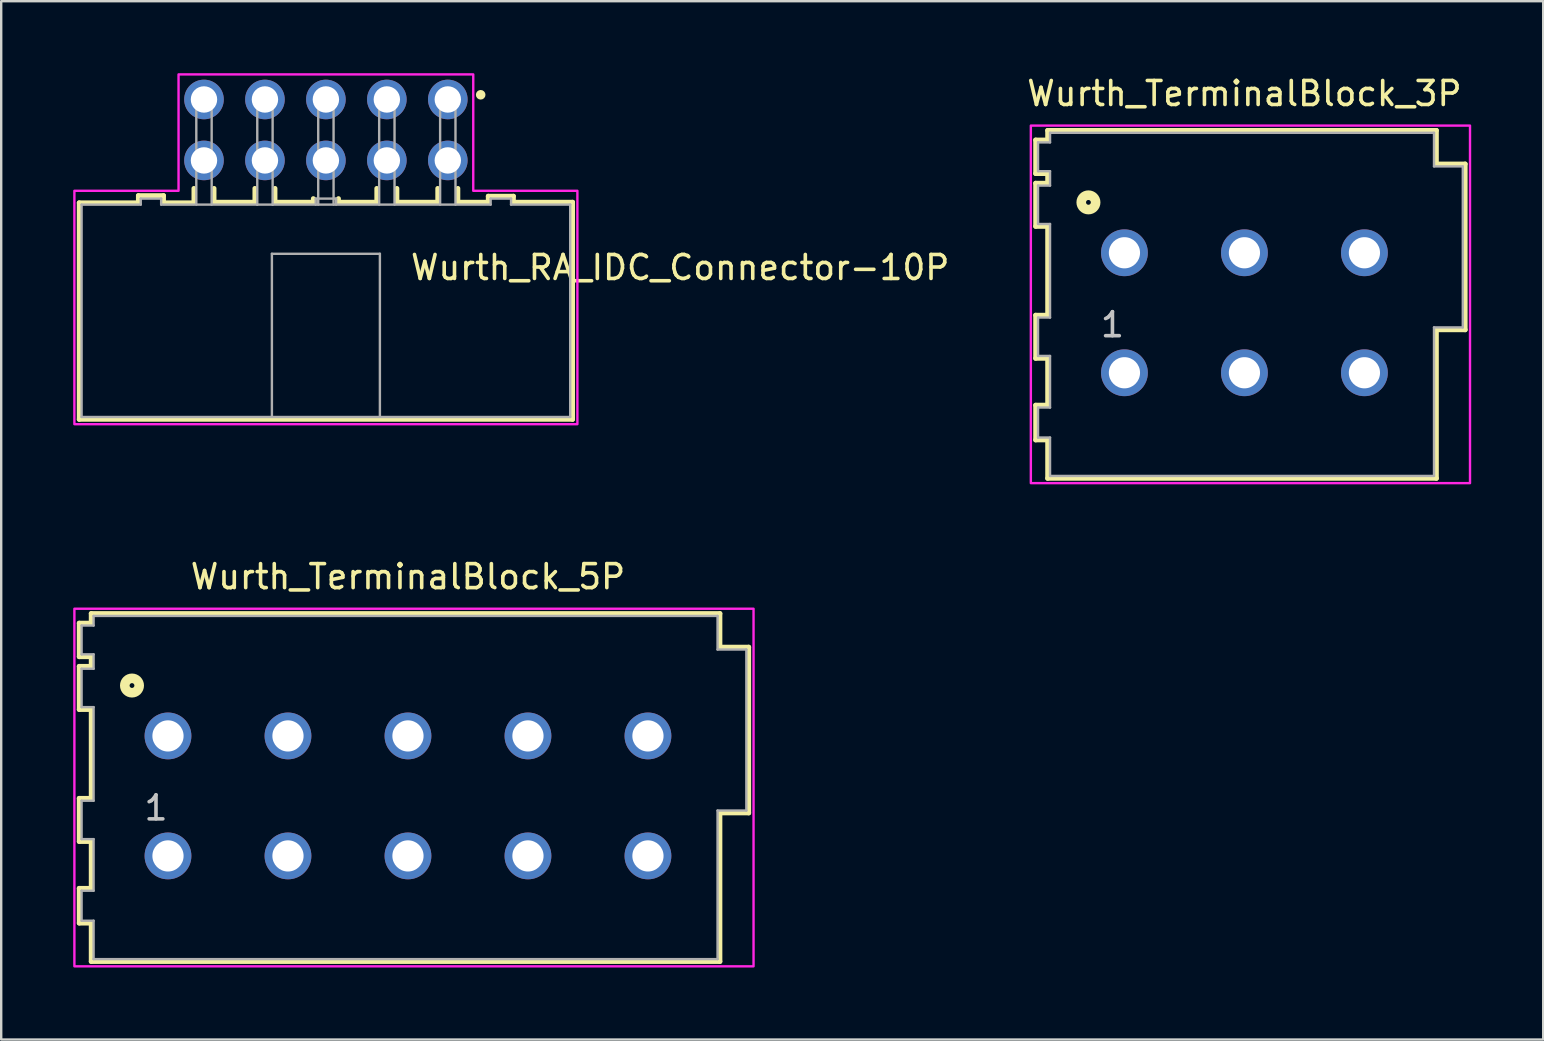
<source format=kicad_pcb>
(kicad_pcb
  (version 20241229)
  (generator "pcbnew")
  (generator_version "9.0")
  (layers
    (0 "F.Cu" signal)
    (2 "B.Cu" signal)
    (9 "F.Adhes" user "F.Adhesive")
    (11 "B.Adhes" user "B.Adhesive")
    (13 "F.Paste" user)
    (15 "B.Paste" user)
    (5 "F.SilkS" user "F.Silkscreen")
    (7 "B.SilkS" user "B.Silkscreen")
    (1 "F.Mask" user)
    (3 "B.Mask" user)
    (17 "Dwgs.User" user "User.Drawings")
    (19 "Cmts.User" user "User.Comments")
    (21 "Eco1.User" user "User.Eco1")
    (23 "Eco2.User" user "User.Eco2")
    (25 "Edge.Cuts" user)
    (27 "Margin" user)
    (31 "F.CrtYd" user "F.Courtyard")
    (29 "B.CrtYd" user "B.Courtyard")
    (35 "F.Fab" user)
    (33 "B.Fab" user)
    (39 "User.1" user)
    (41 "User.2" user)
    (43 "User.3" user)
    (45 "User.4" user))
  (footprint "Wurth_TerminalBlock_5P"
    (layer "F.Cu")
    (at 13.95 30.116)
    (property "Reference" "Wurth_TerminalBlock_5P" (at 0 -9.135 0) (layer "F.SilkS") (effects (font (size 1 1) (thickness 0.15))))
    (attr through_hole)
    (fp_line (start -13.7 -7.2) (end -13.2 -7.2) (stroke (width 0.2) (type solid)) (layer "F.SilkS"))
    (fp_line (start -13.7 -5.8) (end -13.7 -7.2) (stroke (width 0.2) (type solid)) (layer "F.SilkS"))
    (fp_line (start -13.7 -5.4) (end -13.2 -5.4) (stroke (width 0.2) (type solid)) (layer "F.SilkS"))
    (fp_line (start -13.7 -3.6) (end -13.7 -5.4) (stroke (width 0.2) (type solid)) (layer "F.SilkS"))
    (fp_line (start -13.7 0.1) (end -13.2 0.1) (stroke (width 0.2) (type solid)) (layer "F.SilkS"))
    (fp_line (start -13.7 1.9) (end -13.7 0.1) (stroke (width 0.2) (type solid)) (layer "F.SilkS"))
    (fp_line (start -13.7 3.85) (end -13.2 3.85) (stroke (width 0.2) (type solid)) (layer "F.SilkS"))
    (fp_line (start -13.7 5.3) (end -13.7 3.85) (stroke (width 0.2) (type solid)) (layer "F.SilkS"))
    (fp_line (start -13.2 -7.6) (end 13 -7.6) (stroke (width 0.2) (type solid)) (layer "F.SilkS"))
    (fp_line (start -13.2 -7.2) (end -13.2 -7.6) (stroke (width 0.2) (type solid)) (layer "F.SilkS"))
    (fp_line (start -13.2 -5.8) (end -13.7 -5.8) (stroke (width 0.2) (type solid)) (layer "F.SilkS"))
    (fp_line (start -13.2 -5.4) (end -13.2 -5.8) (stroke (width 0.2) (type solid)) (layer "F.SilkS"))
    (fp_line (start -13.2 -3.6) (end -13.7 -3.6) (stroke (width 0.2) (type solid)) (layer "F.SilkS"))
    (fp_line (start -13.2 0.1) (end -13.2 -3.6) (stroke (width 0.2) (type solid)) (layer "F.SilkS"))
    (fp_line (start -13.2 1.9) (end -13.7 1.9) (stroke (width 0.2) (type solid)) (layer "F.SilkS"))
    (fp_line (start -13.2 3.85) (end -13.2 1.9) (stroke (width 0.2) (type solid)) (layer "F.SilkS"))
    (fp_line (start -13.2 5.3) (end -13.7 5.3) (stroke (width 0.2) (type solid)) (layer "F.SilkS"))
    (fp_line (start -13.2 6.9) (end -13.2 5.3) (stroke (width 0.2) (type solid)) (layer "F.SilkS"))
    (fp_line (start 13 -7.6) (end 13 -6.2) (stroke (width 0.2) (type solid)) (layer "F.SilkS"))
    (fp_line (start 13 -6.2) (end 14.2 -6.2) (stroke (width 0.2) (type solid)) (layer "F.SilkS"))
    (fp_line (start 13 0.71) (end 13 6.9) (stroke (width 0.2) (type solid)) (layer "F.SilkS"))
    (fp_line (start 13 6.9) (end -13.2 6.9) (stroke (width 0.2) (type solid)) (layer "F.SilkS"))
    (fp_line (start 14.2 -6.2) (end 14.2 0.71) (stroke (width 0.2) (type solid)) (layer "F.SilkS"))
    (fp_line (start 14.2 0.71) (end 13 0.71) (stroke (width 0.2) (type solid)) (layer "F.SilkS"))
    (fp_circle (center -11.5 -4.6) (end -11.4 -4.6) (stroke (width 0.4) (type solid)) (fill no) (layer "F.SilkS"))
    (fp_poly (pts (xy -13.9 -7.8) (xy 14.4 -7.8) (xy 14.4 7.1) (xy -13.9 7.1)) (stroke (width 0.1) (type solid)) (fill no) (layer "F.CrtYd"))
    (fp_line (start -13.6 -7.1) (end -13.6 -5.9) (stroke (width 0.1) (type solid)) (layer "F.Fab"))
    (fp_line (start -13.6 -5.9) (end -13.1 -5.9) (stroke (width 0.1) (type solid)) (layer "F.Fab"))
    (fp_line (start -13.6 -5.3) (end -13.6 -3.7) (stroke (width 0.1) (type solid)) (layer "F.Fab"))
    (fp_line (start -13.6 -5.3) (end -13.1 -5.3) (stroke (width 0.1) (type solid)) (layer "F.Fab"))
    (fp_line (start -13.6 -3.7) (end -13.1 -3.7) (stroke (width 0.1) (type solid)) (layer "F.Fab"))
    (fp_line (start -13.6 0.2) (end -13.6 1.8) (stroke (width 0.1) (type solid)) (layer "F.Fab"))
    (fp_line (start -13.6 0.2) (end -13.1 0.2) (stroke (width 0.1) (type solid)) (layer "F.Fab"))
    (fp_line (start -13.6 1.8) (end -13.1 1.8) (stroke (width 0.1) (type solid)) (layer "F.Fab"))
    (fp_line (start -13.6 3.95) (end -13.6 5.2) (stroke (width 0.1) (type solid)) (layer "F.Fab"))
    (fp_line (start -13.6 3.95) (end -13.1 3.95) (stroke (width 0.1) (type solid)) (layer "F.Fab"))
    (fp_line (start -13.6 5.2) (end -13.1 5.2) (stroke (width 0.1) (type solid)) (layer "F.Fab"))
    (fp_line (start -13.1 -7.5) (end 12.9 -7.5) (stroke (width 0.1) (type solid)) (layer "F.Fab"))
    (fp_line (start -13.1 -7.1) (end -13.6 -7.1) (stroke (width 0.1) (type solid)) (layer "F.Fab"))
    (fp_line (start -13.1 -7.1) (end -13.1 -7.5) (stroke (width 0.1) (type solid)) (layer "F.Fab"))
    (fp_line (start -13.1 -5.3) (end -13.1 -5.9) (stroke (width 0.1) (type solid)) (layer "F.Fab"))
    (fp_line (start -13.1 0.2) (end -13.1 -3.7) (stroke (width 0.1) (type solid)) (layer "F.Fab"))
    (fp_line (start -13.1 3.95) (end -13.1 1.8) (stroke (width 0.1) (type solid)) (layer "F.Fab"))
    (fp_line (start -13.1 6.8) (end -13.1 5.2) (stroke (width 0.1) (type solid)) (layer "F.Fab"))
    (fp_line (start 12.9 -7.5) (end 12.9 -6.1) (stroke (width 0.1) (type solid)) (layer "F.Fab"))
    (fp_line (start 12.9 -6.1) (end 14.1 -6.1) (stroke (width 0.1) (type solid)) (layer "F.Fab"))
    (fp_line (start 12.9 0.61) (end 12.9 6.8) (stroke (width 0.1) (type solid)) (layer "F.Fab"))
    (fp_line (start 12.9 6.8) (end -13.1 6.8) (stroke (width 0.1) (type solid)) (layer "F.Fab"))
    (fp_line (start 14.1 -6.1) (end 14.1 0.61) (stroke (width 0.1) (type solid)) (layer "F.Fab"))
    (fp_line (start 14.1 0.61) (end 12.9 0.61) (stroke (width 0.1) (type solid)) (layer "F.Fab"))
    (fp_text user "1" (at -10.5 0.5 0) (layer "Dwgs.User") (effects (font (size 1 1) (thickness 0.15))))
    (pad "1" thru_hole circle (at -10 -2.5) (size 1.95 1.95) (drill 1.3) (layers "*.Cu" "*.Mask"))
    (pad "1" thru_hole circle (at -10 2.5) (size 1.95 1.95) (drill 1.3) (layers "*.Cu" "*.Mask"))
    (pad "2" thru_hole circle (at -5 -2.5) (size 1.95 1.95) (drill 1.3) (layers "*.Cu" "*.Mask"))
    (pad "2" thru_hole circle (at -5 2.5) (size 1.95 1.95) (drill 1.3) (layers "*.Cu" "*.Mask"))
    (pad "3" thru_hole circle (at 0 -2.5) (size 1.95 1.95) (drill 1.3) (layers "*.Cu" "*.Mask"))
    (pad "3" thru_hole circle (at 0 2.5) (size 1.95 1.95) (drill 1.3) (layers "*.Cu" "*.Mask"))
    (pad "4" thru_hole circle (at 5 -2.5) (size 1.95 1.95) (drill 1.3) (layers "*.Cu" "*.Mask"))
    (pad "4" thru_hole circle (at 5 2.5) (size 1.95 1.95) (drill 1.3) (layers "*.Cu" "*.Mask"))
    (pad "5" thru_hole circle (at 10 -2.5) (size 1.95 1.95) (drill 1.3) (layers "*.Cu" "*.Mask"))
    (pad "5" thru_hole circle (at 10 2.5) (size 1.95 1.95) (drill 1.3) (layers "*.Cu" "*.Mask")))
  (footprint "Wurth_TerminalBlock_3P"
    (layer "F.Cu")
    (at 48.805 9.983)
    (property "Reference" "Wurth_TerminalBlock_3P" (at 0 -9.135 0) (layer "F.SilkS") (effects (font (size 1 1) (thickness 0.15))))
    (attr through_hole)
    (fp_line (start -8.7 -7.2) (end -8.2 -7.2) (stroke (width 0.2) (type solid)) (layer "F.SilkS"))
    (fp_line (start -8.7 -5.8) (end -8.7 -7.2) (stroke (width 0.2) (type solid)) (layer "F.SilkS"))
    (fp_line (start -8.7 -5.4) (end -8.2 -5.4) (stroke (width 0.2) (type solid)) (layer "F.SilkS"))
    (fp_line (start -8.7 -3.6) (end -8.7 -5.4) (stroke (width 0.2) (type solid)) (layer "F.SilkS"))
    (fp_line (start -8.7 0.1) (end -8.2 0.1) (stroke (width 0.2) (type solid)) (layer "F.SilkS"))
    (fp_line (start -8.7 1.9) (end -8.7 0.1) (stroke (width 0.2) (type solid)) (layer "F.SilkS"))
    (fp_line (start -8.7 3.85) (end -8.2 3.85) (stroke (width 0.2) (type solid)) (layer "F.SilkS"))
    (fp_line (start -8.7 5.3) (end -8.7 3.85) (stroke (width 0.2) (type solid)) (layer "F.SilkS"))
    (fp_line (start -8.2 -7.6) (end 8 -7.6) (stroke (width 0.2) (type solid)) (layer "F.SilkS"))
    (fp_line (start -8.2 -7.2) (end -8.2 -7.6) (stroke (width 0.2) (type solid)) (layer "F.SilkS"))
    (fp_line (start -8.2 -5.8) (end -8.7 -5.8) (stroke (width 0.2) (type solid)) (layer "F.SilkS"))
    (fp_line (start -8.2 -5.4) (end -8.2 -5.8) (stroke (width 0.2) (type solid)) (layer "F.SilkS"))
    (fp_line (start -8.2 -3.6) (end -8.7 -3.6) (stroke (width 0.2) (type solid)) (layer "F.SilkS"))
    (fp_line (start -8.2 0.1) (end -8.2 -3.6) (stroke (width 0.2) (type solid)) (layer "F.SilkS"))
    (fp_line (start -8.2 1.9) (end -8.7 1.9) (stroke (width 0.2) (type solid)) (layer "F.SilkS"))
    (fp_line (start -8.2 3.85) (end -8.2 1.9) (stroke (width 0.2) (type solid)) (layer "F.SilkS"))
    (fp_line (start -8.2 5.3) (end -8.7 5.3) (stroke (width 0.2) (type solid)) (layer "F.SilkS"))
    (fp_line (start -8.2 6.9) (end -8.2 5.3) (stroke (width 0.2) (type solid)) (layer "F.SilkS"))
    (fp_line (start 8 -7.6) (end 8 -6.2) (stroke (width 0.2) (type solid)) (layer "F.SilkS"))
    (fp_line (start 8 -6.2) (end 9.2 -6.2) (stroke (width 0.2) (type solid)) (layer "F.SilkS"))
    (fp_line (start 8 0.71) (end 8 6.9) (stroke (width 0.2) (type solid)) (layer "F.SilkS"))
    (fp_line (start 8 6.9) (end -8.2 6.9) (stroke (width 0.2) (type solid)) (layer "F.SilkS"))
    (fp_line (start 9.2 -6.2) (end 9.2 0.71) (stroke (width 0.2) (type solid)) (layer "F.SilkS"))
    (fp_line (start 9.2 0.71) (end 8 0.71) (stroke (width 0.2) (type solid)) (layer "F.SilkS"))
    (fp_circle (center -6.5 -4.6) (end -6.4 -4.6) (stroke (width 0.4) (type solid)) (fill no) (layer "F.SilkS"))
    (fp_poly (pts (xy -8.9 -7.8) (xy 9.4 -7.8) (xy 9.4 7.1) (xy -8.9 7.1)) (stroke (width 0.1) (type solid)) (fill no) (layer "F.CrtYd"))
    (fp_line (start -8.6 -7.1) (end -8.6 -5.9) (stroke (width 0.1) (type solid)) (layer "F.Fab"))
    (fp_line (start -8.6 -5.9) (end -8.1 -5.9) (stroke (width 0.1) (type solid)) (layer "F.Fab"))
    (fp_line (start -8.6 -5.3) (end -8.6 -3.7) (stroke (width 0.1) (type solid)) (layer "F.Fab"))
    (fp_line (start -8.6 -5.3) (end -8.1 -5.3) (stroke (width 0.1) (type solid)) (layer "F.Fab"))
    (fp_line (start -8.6 -3.7) (end -8.1 -3.7) (stroke (width 0.1) (type solid)) (layer "F.Fab"))
    (fp_line (start -8.6 0.2) (end -8.6 1.8) (stroke (width 0.1) (type solid)) (layer "F.Fab"))
    (fp_line (start -8.6 0.2) (end -8.1 0.2) (stroke (width 0.1) (type solid)) (layer "F.Fab"))
    (fp_line (start -8.6 1.8) (end -8.1 1.8) (stroke (width 0.1) (type solid)) (layer "F.Fab"))
    (fp_line (start -8.6 3.95) (end -8.6 5.2) (stroke (width 0.1) (type solid)) (layer "F.Fab"))
    (fp_line (start -8.6 3.95) (end -8.1 3.95) (stroke (width 0.1) (type solid)) (layer "F.Fab"))
    (fp_line (start -8.6 5.2) (end -8.1 5.2) (stroke (width 0.1) (type solid)) (layer "F.Fab"))
    (fp_line (start -8.1 -7.5) (end 7.9 -7.5) (stroke (width 0.1) (type solid)) (layer "F.Fab"))
    (fp_line (start -8.1 -7.1) (end -8.6 -7.1) (stroke (width 0.1) (type solid)) (layer "F.Fab"))
    (fp_line (start -8.1 -7.1) (end -8.1 -7.5) (stroke (width 0.1) (type solid)) (layer "F.Fab"))
    (fp_line (start -8.1 -5.3) (end -8.1 -5.9) (stroke (width 0.1) (type solid)) (layer "F.Fab"))
    (fp_line (start -8.1 0.2) (end -8.1 -3.7) (stroke (width 0.1) (type solid)) (layer "F.Fab"))
    (fp_line (start -8.1 3.95) (end -8.1 1.8) (stroke (width 0.1) (type solid)) (layer "F.Fab"))
    (fp_line (start -8.1 6.8) (end -8.1 5.2) (stroke (width 0.1) (type solid)) (layer "F.Fab"))
    (fp_line (start 7.9 -7.5) (end 7.9 -6.1) (stroke (width 0.1) (type solid)) (layer "F.Fab"))
    (fp_line (start 7.9 -6.1) (end 9.1 -6.1) (stroke (width 0.1) (type solid)) (layer "F.Fab"))
    (fp_line (start 7.9 0.61) (end 7.9 6.8) (stroke (width 0.1) (type solid)) (layer "F.Fab"))
    (fp_line (start 7.9 6.8) (end -8.1 6.8) (stroke (width 0.1) (type solid)) (layer "F.Fab"))
    (fp_line (start 9.1 -6.1) (end 9.1 0.61) (stroke (width 0.1) (type solid)) (layer "F.Fab"))
    (fp_line (start 9.1 0.61) (end 7.9 0.61) (stroke (width 0.1) (type solid)) (layer "F.Fab"))
    (fp_text user "1" (at -5.5 0.5 0) (layer "Dwgs.User") (effects (font (size 1 1) (thickness 0.15))))
    (pad "1" thru_hole circle (at -5 -2.5) (size 1.95 1.95) (drill 1.3) (layers "*.Cu" "*.Mask"))
    (pad "1" thru_hole circle (at -5 2.5) (size 1.95 1.95) (drill 1.3) (layers "*.Cu" "*.Mask"))
    (pad "2" thru_hole circle (at 0 -2.5) (size 1.95 1.95) (drill 1.3) (layers "*.Cu" "*.Mask"))
    (pad "2" thru_hole circle (at 0 2.5) (size 1.95 1.95) (drill 1.3) (layers "*.Cu" "*.Mask"))
    (pad "3" thru_hole circle (at 5 -2.5) (size 1.95 1.95) (drill 1.3) (layers "*.Cu" "*.Mask"))
    (pad "3" thru_hole circle (at 5 2.5) (size 1.95 1.95) (drill 1.3) (layers "*.Cu" "*.Mask")))
  (footprint "Wurth_RA_IDC_Connector-10P"
    (layer "F.Cu")
    (at 10.53 9.9)
    (property "Reference" "Wurth_RA_IDC_Connector-10P" (at 14.763 -1.802 0) (layer "F.SilkS") (effects (font (size 1 1) (thickness 0.15))))
    (attr through_hole)
    (fp_line (start -10.28 -4.5) (end -10.28 4.525) (stroke (width 0.2) (type solid)) (layer "F.SilkS"))
    (fp_line (start -10.28 4.525) (end 10.28 4.525) (stroke (width 0.2) (type solid)) (layer "F.SilkS"))
    (fp_line (start -7.815 -4.8) (end -6.765 -4.8) (stroke (width 0.2) (type solid)) (layer "F.SilkS"))
    (fp_line (start -7.815 -4.5) (end -10.28 -4.5) (stroke (width 0.2) (type solid)) (layer "F.SilkS"))
    (fp_line (start -7.815 -4.5) (end -7.815 -4.8) (stroke (width 0.2) (type solid)) (layer "F.SilkS"))
    (fp_line (start -6.765 -4.8) (end -6.765 -4.5) (stroke (width 0.2) (type solid)) (layer "F.SilkS"))
    (fp_line (start -6.765 -4.5) (end -5.5 -4.5) (stroke (width 0.2) (type solid)) (layer "F.SilkS"))
    (fp_line (start -5.5 -4.5) (end -5.5 -5.1) (stroke (width 0.2) (type solid)) (layer "F.SilkS"))
    (fp_line (start -4.66 -5.1) (end -4.66 -4.525) (stroke (width 0.2) (type solid)) (layer "F.SilkS"))
    (fp_line (start -4.66 -4.525) (end -2.96 -4.525) (stroke (width 0.2) (type solid)) (layer "F.SilkS"))
    (fp_line (start -2.96 -4.525) (end -2.96 -5.1) (stroke (width 0.2) (type solid)) (layer "F.SilkS"))
    (fp_line (start -2.12 -5.1) (end -2.12 -4.525) (stroke (width 0.2) (type solid)) (layer "F.SilkS"))
    (fp_line (start -2.12 -4.525) (end -0.525 -4.525) (stroke (width 0.2) (type solid)) (layer "F.SilkS"))
    (fp_line (start -0.525 -4.525) (end -0.525 -4.675) (stroke (width 0.2) (type solid)) (layer "F.SilkS"))
    (fp_line (start 0.525 -4.675) (end 0.525 -4.525) (stroke (width 0.2) (type solid)) (layer "F.SilkS"))
    (fp_line (start 0.525 -4.525) (end 2.1 -4.525) (stroke (width 0.2) (type solid)) (layer "F.SilkS"))
    (fp_line (start 2.12 -4.525) (end 2.12 -5.1) (stroke (width 0.2) (type solid)) (layer "F.SilkS"))
    (fp_line (start 2.96 -5.1) (end 2.96 -4.525) (stroke (width 0.2) (type solid)) (layer "F.SilkS"))
    (fp_line (start 2.96 -4.525) (end 4.66 -4.525) (stroke (width 0.2) (type solid)) (layer "F.SilkS"))
    (fp_line (start 4.66 -4.525) (end 4.66 -5.1) (stroke (width 0.2) (type solid)) (layer "F.SilkS"))
    (fp_line (start 5.5 -4.525) (end 5.5 -5.1) (stroke (width 0.2) (type solid)) (layer "F.SilkS"))
    (fp_line (start 6.765 -4.775) (end 6.765 -4.525) (stroke (width 0.2) (type solid)) (layer "F.SilkS"))
    (fp_line (start 6.765 -4.525) (end 5.5 -4.525) (stroke (width 0.2) (type solid)) (layer "F.SilkS"))
    (fp_line (start 7.815 -4.775) (end 6.765 -4.775) (stroke (width 0.2) (type solid)) (layer "F.SilkS"))
    (fp_line (start 7.815 -4.525) (end 7.815 -4.775) (stroke (width 0.2) (type solid)) (layer "F.SilkS"))
    (fp_line (start 10.28 -4.525) (end 7.815 -4.525) (stroke (width 0.2) (type solid)) (layer "F.SilkS"))
    (fp_line (start 10.28 4.525) (end 10.28 -4.525) (stroke (width 0.2) (type solid)) (layer "F.SilkS"))
    (fp_circle (center 6.45 -9) (end 6.55 -9) (stroke (width 0.2) (type solid)) (fill no) (layer "F.SilkS"))
    (fp_poly (pts (xy 6.14 -9.85) (xy 6.14 -5) (xy 10.48 -5) (xy 10.48 4.725) (xy -10.48 4.725) (xy -10.48 -5) (xy -6.14 -5) (xy -6.14 -9.85)) (stroke (width 0.1) (type solid)) (fill no) (layer "F.CrtYd"))
    (fp_line (start -10.18 -4.425) (end -7.715 -4.425) (stroke (width 0.1) (type solid)) (layer "F.Fab"))
    (fp_line (start -10.18 4.425) (end -10.18 -4.425) (stroke (width 0.1) (type solid)) (layer "F.Fab"))
    (fp_line (start -7.715 -4.675) (end -6.865 -4.675) (stroke (width 0.1) (type solid)) (layer "F.Fab"))
    (fp_line (start -7.715 -4.425) (end -7.715 -4.675) (stroke (width 0.1) (type solid)) (layer "F.Fab"))
    (fp_line (start -6.865 -4.675) (end -6.865 -4.425) (stroke (width 0.1) (type solid)) (layer "F.Fab"))
    (fp_line (start -6.865 -4.425) (end -2.86 -4.425) (stroke (width 0.1) (type solid)) (layer "F.Fab"))
    (fp_line (start -5.4 -9.125) (end -5.4 -4.425) (stroke (width 0.1) (type solid)) (layer "F.Fab"))
    (fp_line (start -5.4 -9.125) (end -4.76 -9.125) (stroke (width 0.1) (type solid)) (layer "F.Fab"))
    (fp_line (start -4.76 -9.125) (end -4.76 -4.425) (stroke (width 0.1) (type solid)) (layer "F.Fab"))
    (fp_line (start -2.86 -9.125) (end -2.86 -4.425) (stroke (width 0.1) (type solid)) (layer "F.Fab"))
    (fp_line (start -2.86 -9.125) (end -2.22 -9.125) (stroke (width 0.1) (type solid)) (layer "F.Fab"))
    (fp_line (start -2.86 -4.425) (end -2.22 -4.425) (stroke (width 0.1) (type solid)) (layer "F.Fab"))
    (fp_line (start -2.25 -2.375) (end 2.25 -2.375) (stroke (width 0.1) (type solid)) (layer "F.Fab"))
    (fp_line (start -2.25 4.4) (end -2.25 -2.375) (stroke (width 0.1) (type solid)) (layer "F.Fab"))
    (fp_line (start -2.22 -9.125) (end -2.22 -4.425) (stroke (width 0.1) (type solid)) (layer "F.Fab"))
    (fp_line (start -2.22 -4.425) (end 6.865 -4.425) (stroke (width 0.1) (type solid)) (layer "F.Fab"))
    (fp_line (start -0.425 -4.675) (end 0.425 -4.675) (stroke (width 0.1) (type solid)) (layer "F.Fab"))
    (fp_line (start -0.425 -4.425) (end -0.425 -4.675) (stroke (width 0.1) (type solid)) (layer "F.Fab"))
    (fp_line (start -0.32 -9.125) (end -0.32 -4.425) (stroke (width 0.1) (type solid)) (layer "F.Fab"))
    (fp_line (start -0.32 -9.125) (end 0.32 -9.125) (stroke (width 0.1) (type solid)) (layer "F.Fab"))
    (fp_line (start 0.32 -9.125) (end 0.32 -4.425) (stroke (width 0.1) (type solid)) (layer "F.Fab"))
    (fp_line (start 0.425 -4.675) (end 0.425 -4.425) (stroke (width 0.1) (type solid)) (layer "F.Fab"))
    (fp_line (start 2.22 -9.125) (end 2.22 -4.425) (stroke (width 0.1) (type solid)) (layer "F.Fab"))
    (fp_line (start 2.22 -9.125) (end 2.86 -9.125) (stroke (width 0.1) (type solid)) (layer "F.Fab"))
    (fp_line (start 2.25 -2.375) (end 2.25 4.4) (stroke (width 0.1) (type solid)) (layer "F.Fab"))
    (fp_line (start 2.86 -9.125) (end 2.86 -4.425) (stroke (width 0.1) (type solid)) (layer "F.Fab"))
    (fp_line (start 4.76 -9.125) (end 4.76 -4.425) (stroke (width 0.1) (type solid)) (layer "F.Fab"))
    (fp_line (start 4.76 -9.125) (end 5.4 -9.125) (stroke (width 0.1) (type solid)) (layer "F.Fab"))
    (fp_line (start 5.4 -9.125) (end 5.4 -4.425) (stroke (width 0.1) (type solid)) (layer "F.Fab"))
    (fp_line (start 6.865 -4.675) (end 7.715 -4.675) (stroke (width 0.1) (type solid)) (layer "F.Fab"))
    (fp_line (start 6.865 -4.425) (end 6.865 -4.675) (stroke (width 0.1) (type solid)) (layer "F.Fab"))
    (fp_line (start 7.715 -4.675) (end 7.715 -4.425) (stroke (width 0.1) (type solid)) (layer "F.Fab"))
    (fp_line (start 7.715 -4.425) (end 10.18 -4.425) (stroke (width 0.1) (type solid)) (layer "F.Fab"))
    (fp_line (start 10.18 -4.425) (end 10.18 4.425) (stroke (width 0.1) (type solid)) (layer "F.Fab"))
    (fp_line (start 10.18 4.425) (end -10.18 4.425) (stroke (width 0.1) (type solid)) (layer "F.Fab"))
    (pad "1" thru_hole circle (at 5.08 -8.805) (size 1.65 1.65) (drill 1.1) (layers "*.Cu" "*.Mask"))
    (pad "2" thru_hole circle (at 5.08 -6.265) (size 1.65 1.65) (drill 1.1) (layers "*.Cu" "*.Mask"))
    (pad "3" thru_hole circle (at 2.54 -8.805) (size 1.65 1.65) (drill 1.1) (layers "*.Cu" "*.Mask"))
    (pad "4" thru_hole circle (at 2.54 -6.265) (size 1.65 1.65) (drill 1.1) (layers "*.Cu" "*.Mask"))
    (pad "5" thru_hole circle (at 0 -8.805) (size 1.65 1.65) (drill 1.1) (layers "*.Cu" "*.Mask"))
    (pad "6" thru_hole circle (at 0 -6.265) (size 1.65 1.65) (drill 1.1) (layers "*.Cu" "*.Mask"))
    (pad "7" thru_hole circle (at -2.54 -8.805) (size 1.65 1.65) (drill 1.1) (layers "*.Cu" "*.Mask"))
    (pad "8" thru_hole circle (at -2.54 -6.265) (size 1.65 1.65) (drill 1.1) (layers "*.Cu" "*.Mask"))
    (pad "9" thru_hole circle (at -5.08 -8.805) (size 1.65 1.65) (drill 1.1) (layers "*.Cu" "*.Mask"))
    (pad "10" thru_hole circle (at -5.08 -6.265) (size 1.65 1.65) (drill 1.1) (layers "*.Cu" "*.Mask")))
  (gr_rect
    (start -3 -3)
    (end 61.255 40.267)
    (stroke (width 0.1) (type default))
    (fill no)
    (layer "Edge.Cuts")))
</source>
